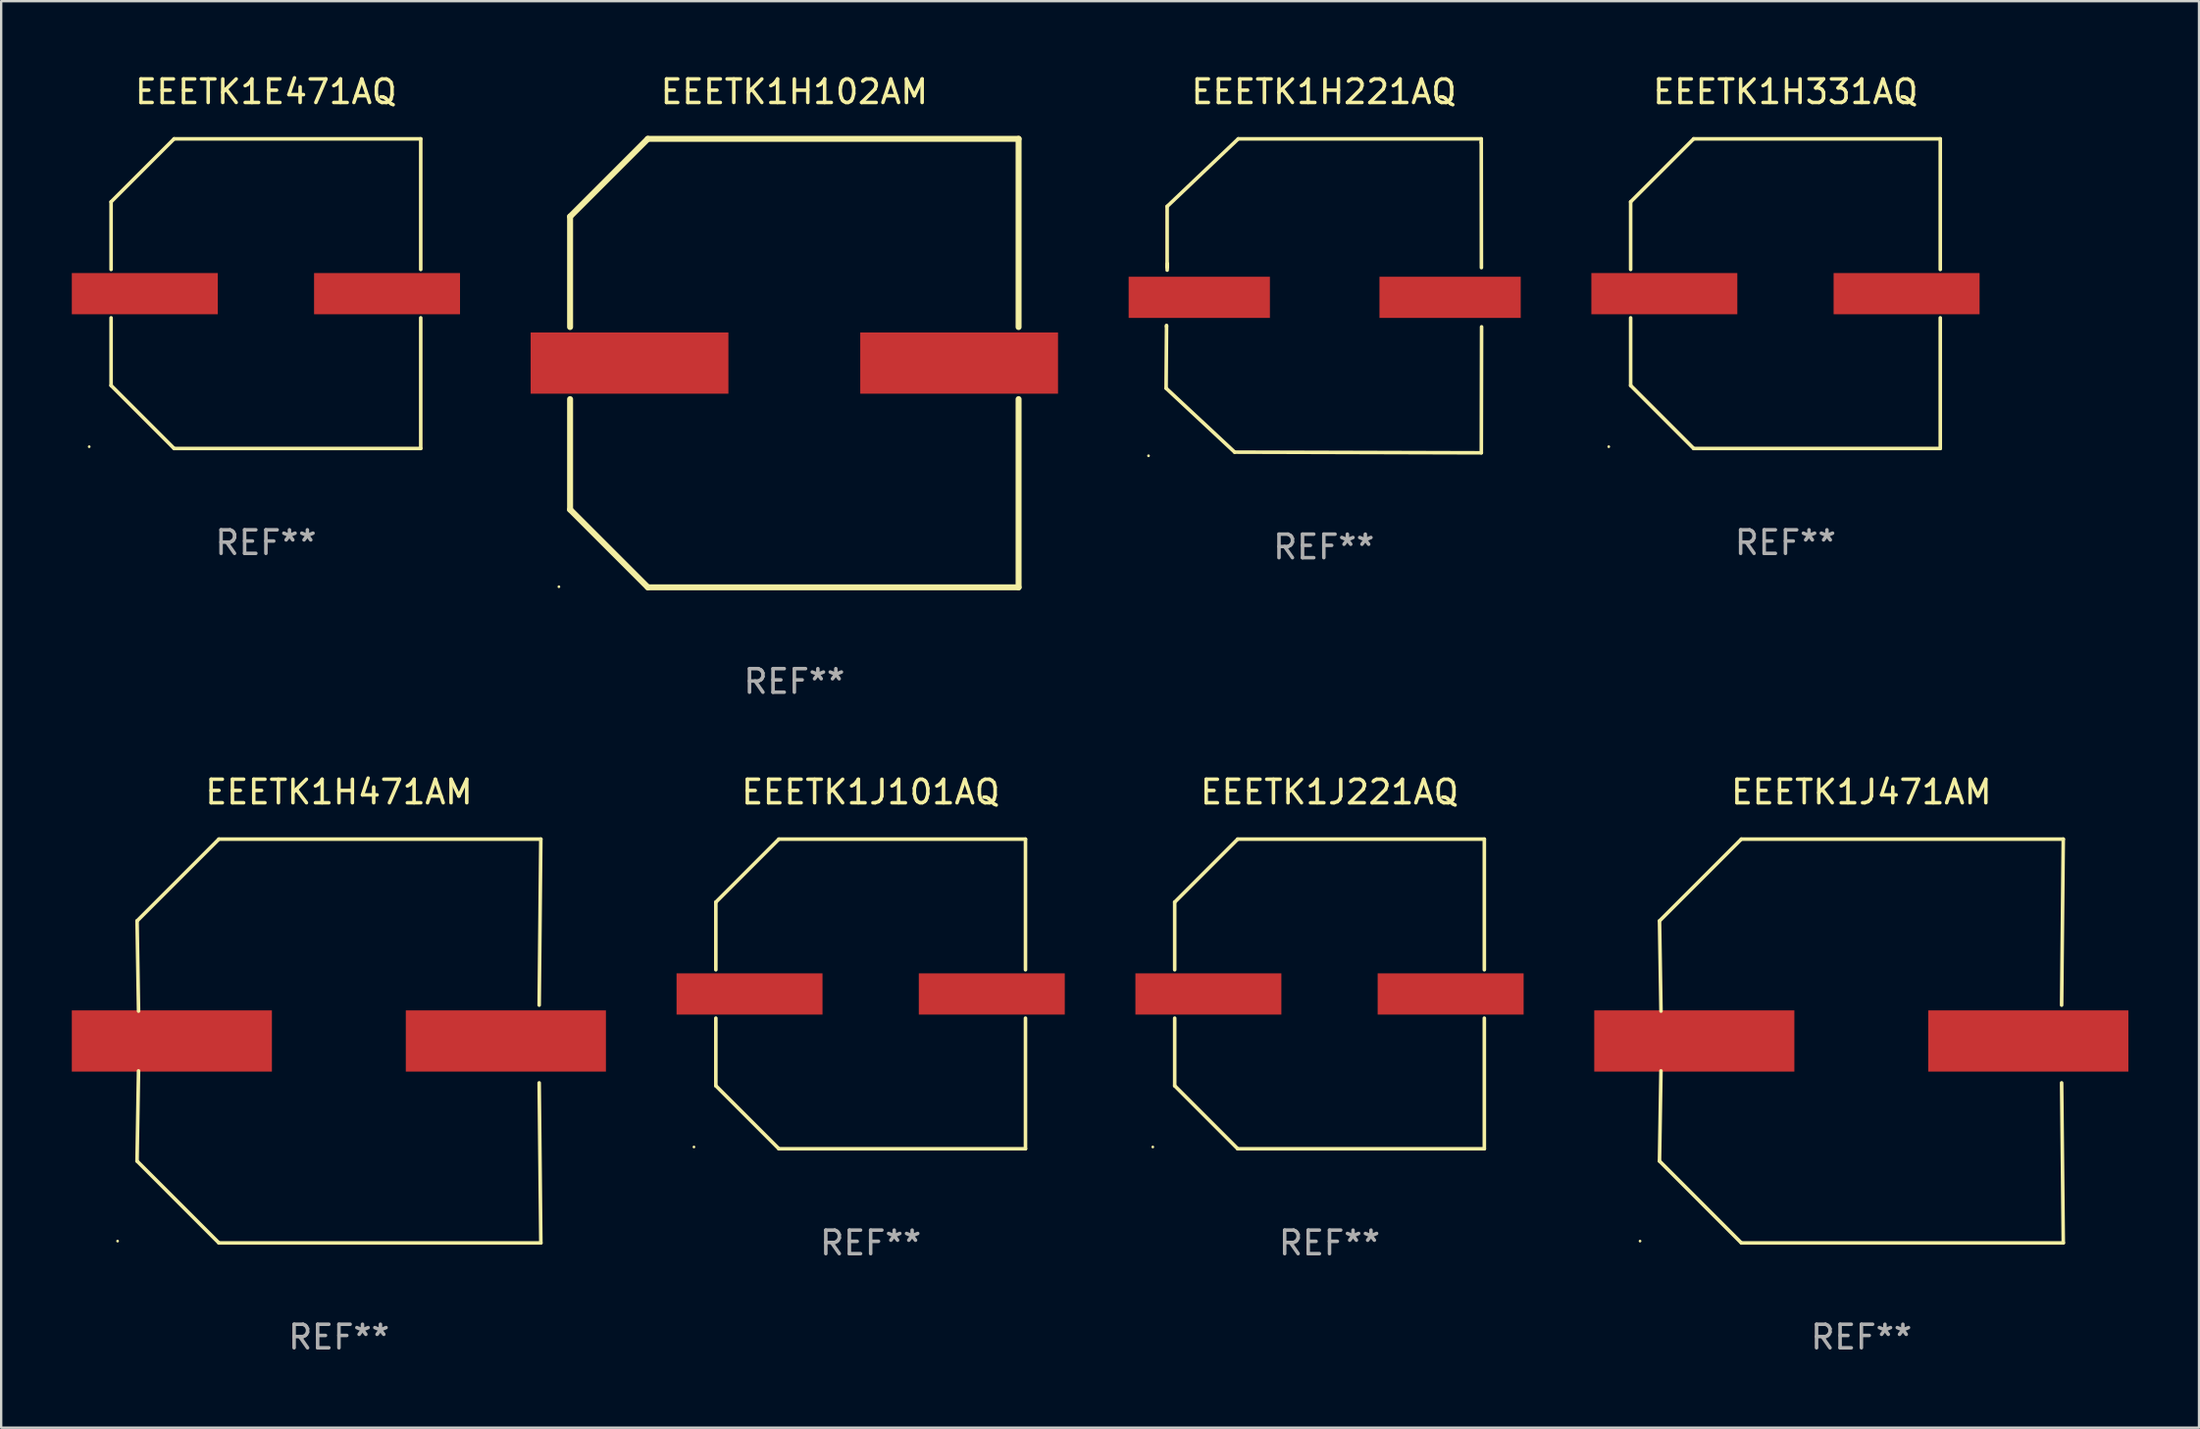
<source format=kicad_pcb>
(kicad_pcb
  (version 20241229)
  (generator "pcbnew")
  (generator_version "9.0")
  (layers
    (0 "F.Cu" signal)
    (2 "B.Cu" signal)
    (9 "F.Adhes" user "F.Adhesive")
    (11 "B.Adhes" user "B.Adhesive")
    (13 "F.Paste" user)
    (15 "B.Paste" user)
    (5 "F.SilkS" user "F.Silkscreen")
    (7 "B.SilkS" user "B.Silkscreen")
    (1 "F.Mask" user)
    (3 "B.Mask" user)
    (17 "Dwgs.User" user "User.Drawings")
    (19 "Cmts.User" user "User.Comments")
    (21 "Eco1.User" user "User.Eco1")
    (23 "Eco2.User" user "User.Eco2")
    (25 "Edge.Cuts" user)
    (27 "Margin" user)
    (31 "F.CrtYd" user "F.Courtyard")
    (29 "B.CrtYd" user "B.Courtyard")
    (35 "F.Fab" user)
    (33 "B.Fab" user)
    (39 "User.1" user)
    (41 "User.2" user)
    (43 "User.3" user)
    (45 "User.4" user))
  (footprint "EEETK1H102AM"
    (layer "F.Cu")
    (at 30.69 12.373)
    (property "Reference" "EEETK1H102AM" (at 0 -11.525 0) (layer "F.SilkS") (effects (font (size 1 1) (thickness 0.15))))
    (attr through_hole)
    (fp_line (start -9.525 -6.223) (end -9.525 -1.531) (stroke (width 0.254) (type solid)) (layer "F.SilkS"))
    (fp_line (start -9.525 1.531) (end -9.525 6.223) (stroke (width 0.254) (type solid)) (layer "F.SilkS"))
    (fp_line (start -9.525 6.223) (end -6.223 9.525) (stroke (width 0.254) (type solid)) (layer "F.SilkS"))
    (fp_line (start -6.223 -9.525) (end -9.525 -6.223) (stroke (width 0.254) (type solid)) (layer "F.SilkS"))
    (fp_line (start -6.223 9.525) (end 9.525 9.525) (stroke (width 0.254) (type solid)) (layer "F.SilkS"))
    (fp_line (start 9.525 -9.525) (end -6.223 -9.525) (stroke (width 0.254) (type solid)) (layer "F.SilkS"))
    (fp_line (start 9.525 -1.531) (end 9.525 -9.525) (stroke (width 0.254) (type solid)) (layer "F.SilkS"))
    (fp_line (start 9.525 9.525) (end 9.525 1.531) (stroke (width 0.254) (type solid)) (layer "F.SilkS"))
    (fp_circle (center -10 9.5) (end -9.97 9.5) (stroke (width 0.06) (type solid)) (fill no) (layer "F.SilkS"))
    (fp_text user "REF**" (at 0 13.525 0) (layer "F.Fab") (effects (font (size 1 1) (thickness 0.15))))
    (pad "1" smd rect (at -7 0) (size 8.4 2.6) (layers "F.Cu" "F.Mask" "F.Paste"))
    (pad "2" smd rect (at 7 0) (size 8.4 2.6) (layers "F.Cu" "F.Mask" "F.Paste")))
  (footprint "EEETK1H221AQ"
    (layer "F.Cu")
    (at 53.181 9.516)
    (property "Reference" "EEETK1H221AQ" (at 0 -8.668 0) (layer "F.SilkS") (effects (font (size 1 1) (thickness 0.15))))
    (attr through_hole)
    (fp_line (start -6.7 3.925) (end -6.681 1.297) (stroke (width 0.152) (type solid)) (layer "F.SilkS"))
    (fp_line (start -6.681 1.297) (end -6.682 1.257) (stroke (width 0.152) (type solid)) (layer "F.SilkS"))
    (fp_line (start -6.656 -3.797) (end -6.656 -1.217) (stroke (width 0.152) (type solid)) (layer "F.SilkS"))
    (fp_line (start -6.656 -1.217) (end -6.646 -1.359) (stroke (width 0.152) (type solid)) (layer "F.SilkS"))
    (fp_line (start -6.646 -1.359) (end -6.655 -1.091) (stroke (width 0.152) (type solid)) (layer "F.SilkS"))
    (fp_line (start -3.788 6.64) (end -6.7 3.925) (stroke (width 0.152) (type solid)) (layer "F.SilkS"))
    (fp_line (start -3.636 -6.668) (end -6.656 -3.797) (stroke (width 0.152) (type solid)) (layer "F.SilkS"))
    (fp_line (start 6.687 -6.668) (end -3.636 -6.668) (stroke (width 0.152) (type solid)) (layer "F.SilkS"))
    (fp_line (start 6.687 -6.513) (end 6.687 -6.668) (stroke (width 0.152) (type solid)) (layer "F.SilkS"))
    (fp_line (start 6.689 6.668) (end -3.788 6.64) (stroke (width 0.152) (type solid)) (layer "F.SilkS"))
    (fp_line (start 6.693 -1.197) (end 6.687 -6.513) (stroke (width 0.152) (type solid)) (layer "F.SilkS"))
    (fp_line (start 6.7 1.317) (end 6.689 6.668) (stroke (width 0.152) (type solid)) (layer "F.SilkS"))
    (fp_circle (center -7.447 6.795) (end -7.417 6.795) (stroke (width 0.06) (type solid)) (fill no) (layer "F.SilkS"))
    (fp_text user "REF**" (at 0 10.668 0) (layer "F.Fab") (effects (font (size 1 1) (thickness 0.15))))
    (pad "1" smd rect (at -5.291 0.064) (size 6 1.75) (layers "F.Cu" "F.Mask" "F.Paste"))
    (pad "2" smd rect (at 5.363 0.064) (size 6 1.75) (layers "F.Cu" "F.Mask" "F.Paste")))
  (footprint "EEETK1J101AQ"
    (layer "F.Cu")
    (at 33.932 39.171)
    (property "Reference" "EEETK1J101AQ" (at 0 -8.576 0) (layer "F.SilkS") (effects (font (size 1 1) (thickness 0.15))))
    (attr through_hole)
    (fp_line (start -6.576 -3.9) (end -6.576 -1.027) (stroke (width 0.152) (type solid)) (layer "F.SilkS"))
    (fp_line (start -6.576 3.9) (end -6.576 1.027) (stroke (width 0.152) (type solid)) (layer "F.SilkS"))
    (fp_line (start -3.9 -6.576) (end -6.576 -3.9) (stroke (width 0.152) (type solid)) (layer "F.SilkS"))
    (fp_line (start -3.9 6.576) (end -6.576 3.9) (stroke (width 0.152) (type solid)) (layer "F.SilkS"))
    (fp_line (start 6.576 -6.576) (end -3.9 -6.576) (stroke (width 0.152) (type solid)) (layer "F.SilkS"))
    (fp_line (start 6.576 -1.027) (end 6.576 -6.576) (stroke (width 0.152) (type solid)) (layer "F.SilkS"))
    (fp_line (start 6.576 1.027) (end 6.576 6.576) (stroke (width 0.152) (type solid)) (layer "F.SilkS"))
    (fp_line (start 6.576 6.576) (end -3.9 6.576) (stroke (width 0.152) (type solid)) (layer "F.SilkS"))
    (fp_circle (center -7.506 6.5) (end -7.476 6.5) (stroke (width 0.06) (type solid)) (fill no) (layer "F.SilkS"))
    (fp_text user "REF**" (at 0 10.576 0) (layer "F.Fab") (effects (font (size 1 1) (thickness 0.15))))
    (pad "1" smd rect (at -5.145 0) (size 6.2 1.75) (layers "F.Cu" "F.Mask" "F.Paste"))
    (pad "2" smd rect (at 5.145 0) (size 6.2 1.75) (layers "F.Cu" "F.Mask" "F.Paste")))
  (footprint "EEETK1J221AQ"
    (layer "F.Cu")
    (at 53.422 39.171)
    (property "Reference" "EEETK1J221AQ" (at 0 -8.576 0) (layer "F.SilkS") (effects (font (size 1 1) (thickness 0.15))))
    (attr through_hole)
    (fp_line (start -6.576 -3.9) (end -6.576 -1.027) (stroke (width 0.152) (type solid)) (layer "F.SilkS"))
    (fp_line (start -6.576 3.9) (end -6.576 1.027) (stroke (width 0.152) (type solid)) (layer "F.SilkS"))
    (fp_line (start -3.9 -6.576) (end -6.576 -3.9) (stroke (width 0.152) (type solid)) (layer "F.SilkS"))
    (fp_line (start -3.9 6.576) (end -6.576 3.9) (stroke (width 0.152) (type solid)) (layer "F.SilkS"))
    (fp_line (start 6.576 -6.576) (end -3.9 -6.576) (stroke (width 0.152) (type solid)) (layer "F.SilkS"))
    (fp_line (start 6.576 -1.027) (end 6.576 -6.576) (stroke (width 0.152) (type solid)) (layer "F.SilkS"))
    (fp_line (start 6.576 1.027) (end 6.576 6.576) (stroke (width 0.152) (type solid)) (layer "F.SilkS"))
    (fp_line (start 6.576 6.576) (end -3.9 6.576) (stroke (width 0.152) (type solid)) (layer "F.SilkS"))
    (fp_circle (center -7.506 6.5) (end -7.476 6.5) (stroke (width 0.06) (type solid)) (fill no) (layer "F.SilkS"))
    (fp_text user "REF**" (at 0 10.576 0) (layer "F.Fab") (effects (font (size 1 1) (thickness 0.15))))
    (pad "1" smd rect (at -5.145 0) (size 6.2 1.75) (layers "F.Cu" "F.Mask" "F.Paste"))
    (pad "2" smd rect (at 5.145 0) (size 6.2 1.75) (layers "F.Cu" "F.Mask" "F.Paste")))
  (footprint "EEETK1H471AM"
    (layer "F.Cu")
    (at 11.347 41.17)
    (property "Reference" "EEETK1H471AM" (at 0 -10.576 0) (layer "F.SilkS") (effects (font (size 1 1) (thickness 0.15))))
    (attr through_hole)
    (fp_line (start -8.576 5.099) (end -8.513 1.269) (stroke (width 0.152) (type solid)) (layer "F.SilkS"))
    (fp_line (start -8.575 -5.101) (end -8.512 -1.271) (stroke (width 0.152) (type solid)) (layer "F.SilkS"))
    (fp_line (start -5.1 -8.576) (end -8.575 -5.101) (stroke (width 0.152) (type solid)) (layer "F.SilkS"))
    (fp_line (start -5.1 8.576) (end -8.576 5.099) (stroke (width 0.152) (type solid)) (layer "F.SilkS"))
    (fp_line (start 8.505 -1.525) (end 8.575 -8.576) (stroke (width 0.152) (type solid)) (layer "F.SilkS"))
    (fp_line (start 8.505 1.777) (end 8.576 8.576) (stroke (width 0.152) (type solid)) (layer "F.SilkS"))
    (fp_line (start 8.575 -8.576) (end -5.1 -8.576) (stroke (width 0.152) (type solid)) (layer "F.SilkS"))
    (fp_line (start 8.576 8.576) (end -5.1 8.576) (stroke (width 0.152) (type solid)) (layer "F.SilkS"))
    (fp_circle (center -9.402 8.499) (end -9.372 8.499) (stroke (width 0.06) (type solid)) (fill no) (layer "F.SilkS"))
    (fp_text user "REF**" (at 0 12.576 0) (layer "F.Fab") (effects (font (size 1 1) (thickness 0.15))))
    (pad "1" smd rect (at -7.097 -0.001) (size 8.5 2.6) (layers "F.Cu" "F.Mask" "F.Paste"))
    (pad "2" smd rect (at 7.09 -0.001) (size 8.5 2.6) (layers "F.Cu" "F.Mask" "F.Paste")))
  (footprint "EEETK1J471AM"
    (layer "F.Cu")
    (at 76.014 41.17)
    (property "Reference" "EEETK1J471AM" (at 0 -10.576 0) (layer "F.SilkS") (effects (font (size 1 1) (thickness 0.15))))
    (attr through_hole)
    (fp_line (start -8.576 5.099) (end -8.513 1.269) (stroke (width 0.152) (type solid)) (layer "F.SilkS"))
    (fp_line (start -8.575 -5.101) (end -8.512 -1.271) (stroke (width 0.152) (type solid)) (layer "F.SilkS"))
    (fp_line (start -5.1 -8.576) (end -8.575 -5.101) (stroke (width 0.152) (type solid)) (layer "F.SilkS"))
    (fp_line (start -5.1 8.576) (end -8.576 5.099) (stroke (width 0.152) (type solid)) (layer "F.SilkS"))
    (fp_line (start 8.505 -1.525) (end 8.575 -8.576) (stroke (width 0.152) (type solid)) (layer "F.SilkS"))
    (fp_line (start 8.505 1.777) (end 8.576 8.576) (stroke (width 0.152) (type solid)) (layer "F.SilkS"))
    (fp_line (start 8.575 -8.576) (end -5.1 -8.576) (stroke (width 0.152) (type solid)) (layer "F.SilkS"))
    (fp_line (start 8.576 8.576) (end -5.1 8.576) (stroke (width 0.152) (type solid)) (layer "F.SilkS"))
    (fp_circle (center -9.402 8.499) (end -9.372 8.499) (stroke (width 0.06) (type solid)) (fill no) (layer "F.SilkS"))
    (fp_text user "REF**" (at 0 12.576 0) (layer "F.Fab") (effects (font (size 1 1) (thickness 0.15))))
    (pad "1" smd rect (at -7.097 -0.001) (size 8.5 2.6) (layers "F.Cu" "F.Mask" "F.Paste"))
    (pad "2" smd rect (at 7.09 -0.001) (size 8.5 2.6) (layers "F.Cu" "F.Mask" "F.Paste")))
  (footprint "EEETK1H331AQ"
    (layer "F.Cu")
    (at 72.789 9.424)
    (property "Reference" "EEETK1H331AQ" (at 0 -8.576 0) (layer "F.SilkS") (effects (font (size 1 1) (thickness 0.15))))
    (attr through_hole)
    (fp_line (start -6.576 -3.9) (end -6.576 -1.027) (stroke (width 0.152) (type solid)) (layer "F.SilkS"))
    (fp_line (start -6.576 3.9) (end -6.576 1.027) (stroke (width 0.152) (type solid)) (layer "F.SilkS"))
    (fp_line (start -3.9 -6.576) (end -6.576 -3.9) (stroke (width 0.152) (type solid)) (layer "F.SilkS"))
    (fp_line (start -3.9 6.576) (end -6.576 3.9) (stroke (width 0.152) (type solid)) (layer "F.SilkS"))
    (fp_line (start 6.576 -6.576) (end -3.9 -6.576) (stroke (width 0.152) (type solid)) (layer "F.SilkS"))
    (fp_line (start 6.576 -1.027) (end 6.576 -6.576) (stroke (width 0.152) (type solid)) (layer "F.SilkS"))
    (fp_line (start 6.576 1.027) (end 6.576 6.576) (stroke (width 0.152) (type solid)) (layer "F.SilkS"))
    (fp_line (start 6.576 6.576) (end -3.9 6.576) (stroke (width 0.152) (type solid)) (layer "F.SilkS"))
    (fp_circle (center -7.506 6.5) (end -7.476 6.5) (stroke (width 0.06) (type solid)) (fill no) (layer "F.SilkS"))
    (fp_text user "REF**" (at 0 10.576 0) (layer "F.Fab") (effects (font (size 1 1) (thickness 0.15))))
    (pad "1" smd rect (at -5.145 0) (size 6.2 1.75) (layers "F.Cu" "F.Mask" "F.Paste"))
    (pad "2" smd rect (at 5.145 0) (size 6.2 1.75) (layers "F.Cu" "F.Mask" "F.Paste")))
  (footprint "EEETK1E471AQ"
    (layer "F.Cu")
    (at 8.245 9.424)
    (property "Reference" "EEETK1E471AQ" (at 0 -8.576 0) (layer "F.SilkS") (effects (font (size 1 1) (thickness 0.15))))
    (attr through_hole)
    (fp_line (start -6.576 -3.9) (end -6.576 -1.027) (stroke (width 0.152) (type solid)) (layer "F.SilkS"))
    (fp_line (start -6.576 3.9) (end -6.576 1.027) (stroke (width 0.152) (type solid)) (layer "F.SilkS"))
    (fp_line (start -3.9 -6.576) (end -6.576 -3.9) (stroke (width 0.152) (type solid)) (layer "F.SilkS"))
    (fp_line (start -3.9 6.576) (end -6.576 3.9) (stroke (width 0.152) (type solid)) (layer "F.SilkS"))
    (fp_line (start 6.576 -6.576) (end -3.9 -6.576) (stroke (width 0.152) (type solid)) (layer "F.SilkS"))
    (fp_line (start 6.576 -1.027) (end 6.576 -6.576) (stroke (width 0.152) (type solid)) (layer "F.SilkS"))
    (fp_line (start 6.576 1.027) (end 6.576 6.576) (stroke (width 0.152) (type solid)) (layer "F.SilkS"))
    (fp_line (start 6.576 6.576) (end -3.9 6.576) (stroke (width 0.152) (type solid)) (layer "F.SilkS"))
    (fp_circle (center -7.506 6.5) (end -7.476 6.5) (stroke (width 0.06) (type solid)) (fill no) (layer "F.SilkS"))
    (fp_text user "REF**" (at 0 10.576 0) (layer "F.Fab") (effects (font (size 1 1) (thickness 0.15))))
    (pad "1" smd rect (at -5.145 0) (size 6.2 1.75) (layers "F.Cu" "F.Mask" "F.Paste"))
    (pad "2" smd rect (at 5.145 0) (size 6.2 1.75) (layers "F.Cu" "F.Mask" "F.Paste")))
  (gr_rect
    (start -3 -3)
    (end 90.354 57.594)
    (stroke (width 0.1) (type default))
    (fill no)
    (layer "Edge.Cuts")))
</source>
